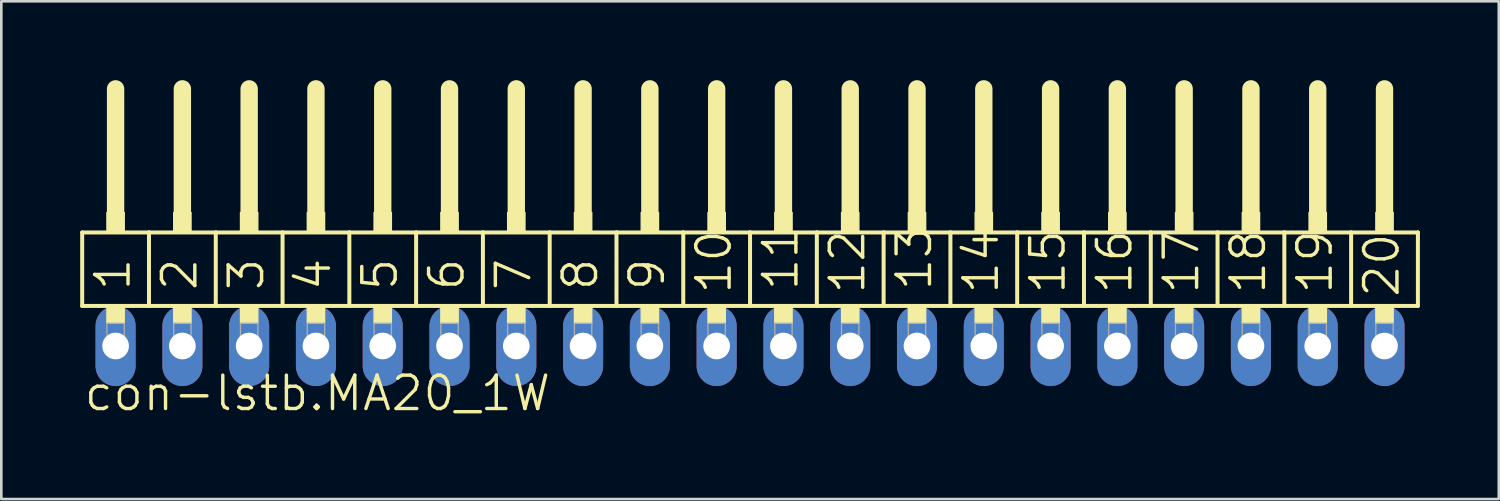
<source format=kicad_pcb>
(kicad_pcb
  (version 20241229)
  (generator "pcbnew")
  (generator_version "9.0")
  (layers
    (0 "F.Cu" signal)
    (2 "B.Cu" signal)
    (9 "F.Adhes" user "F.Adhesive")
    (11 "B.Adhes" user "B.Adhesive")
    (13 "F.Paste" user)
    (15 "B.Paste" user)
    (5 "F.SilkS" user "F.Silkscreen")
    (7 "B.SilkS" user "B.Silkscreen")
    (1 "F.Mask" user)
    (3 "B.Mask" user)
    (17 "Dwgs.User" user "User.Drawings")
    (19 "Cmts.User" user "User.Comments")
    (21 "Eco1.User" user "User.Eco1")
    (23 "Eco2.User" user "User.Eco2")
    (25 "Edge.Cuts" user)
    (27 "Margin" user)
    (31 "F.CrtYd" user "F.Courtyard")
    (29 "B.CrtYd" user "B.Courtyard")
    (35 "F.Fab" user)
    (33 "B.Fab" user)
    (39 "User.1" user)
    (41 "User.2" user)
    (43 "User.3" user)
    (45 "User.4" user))
  (footprint "con-lstb.MA20_1W"
    (layer "F.Cu")
    (at 25.476 10.109)
    (property "Reference" "con-lstb.MA20_1W" (at -25.4 2.54 0) (layer "F.SilkS") (effects (font (size 1.27 1.27) (thickness 0.13)) (justify left bottom)))
    (attr through_hole)
    (fp_line (start -25.4 -4.318) (end -22.86 -4.318) (stroke (width 0.152) (type default)) (layer "F.SilkS"))
    (fp_line (start -25.4 -1.524) (end -25.4 -4.318) (stroke (width 0.152) (type default)) (layer "F.SilkS"))
    (fp_line (start -24.13 -5.08) (end -24.13 -9.779) (stroke (width 0.66) (type default)) (layer "F.SilkS"))
    (fp_line (start -22.86 -4.318) (end -20.32 -4.318) (stroke (width 0.152) (type default)) (layer "F.SilkS"))
    (fp_line (start -22.86 -1.524) (end -25.4 -1.524) (stroke (width 0.152) (type default)) (layer "F.SilkS"))
    (fp_line (start -22.86 -1.524) (end -22.86 -4.318) (stroke (width 0.152) (type default)) (layer "F.SilkS"))
    (fp_line (start -22.86 -1.524) (end -20.32 -1.524) (stroke (width 0.152) (type default)) (layer "F.SilkS"))
    (fp_line (start -21.59 -5.08) (end -21.59 -9.779) (stroke (width 0.66) (type default)) (layer "F.SilkS"))
    (fp_line (start -20.32 -4.318) (end -17.78 -4.318) (stroke (width 0.152) (type default)) (layer "F.SilkS"))
    (fp_line (start -20.32 -1.524) (end -20.32 -4.318) (stroke (width 0.152) (type default)) (layer "F.SilkS"))
    (fp_line (start -19.05 -5.08) (end -19.05 -9.779) (stroke (width 0.66) (type default)) (layer "F.SilkS"))
    (fp_line (start -17.78 -4.318) (end -15.24 -4.318) (stroke (width 0.152) (type default)) (layer "F.SilkS"))
    (fp_line (start -17.78 -1.524) (end -20.32 -1.524) (stroke (width 0.152) (type default)) (layer "F.SilkS"))
    (fp_line (start -17.78 -1.524) (end -17.78 -4.318) (stroke (width 0.152) (type default)) (layer "F.SilkS"))
    (fp_line (start -16.51 -5.08) (end -16.51 -9.779) (stroke (width 0.66) (type default)) (layer "F.SilkS"))
    (fp_line (start -15.24 -4.318) (end -12.7 -4.318) (stroke (width 0.152) (type default)) (layer "F.SilkS"))
    (fp_line (start -15.24 -1.524) (end -17.78 -1.524) (stroke (width 0.152) (type default)) (layer "F.SilkS"))
    (fp_line (start -15.24 -1.524) (end -15.24 -4.318) (stroke (width 0.152) (type default)) (layer "F.SilkS"))
    (fp_line (start -13.97 -5.08) (end -13.97 -9.779) (stroke (width 0.66) (type default)) (layer "F.SilkS"))
    (fp_line (start -12.7 -4.318) (end -10.16 -4.318) (stroke (width 0.152) (type default)) (layer "F.SilkS"))
    (fp_line (start -12.7 -1.524) (end -15.24 -1.524) (stroke (width 0.152) (type default)) (layer "F.SilkS"))
    (fp_line (start -12.7 -1.524) (end -12.7 -4.318) (stroke (width 0.152) (type default)) (layer "F.SilkS"))
    (fp_line (start -11.43 -5.08) (end -11.43 -9.779) (stroke (width 0.66) (type default)) (layer "F.SilkS"))
    (fp_line (start -10.16 -4.318) (end -7.62 -4.318) (stroke (width 0.152) (type default)) (layer "F.SilkS"))
    (fp_line (start -10.16 -1.524) (end -12.7 -1.524) (stroke (width 0.152) (type default)) (layer "F.SilkS"))
    (fp_line (start -10.16 -1.524) (end -10.16 -4.318) (stroke (width 0.152) (type default)) (layer "F.SilkS"))
    (fp_line (start -10.16 -1.524) (end -7.62 -1.524) (stroke (width 0.152) (type default)) (layer "F.SilkS"))
    (fp_line (start -8.89 -5.08) (end -8.89 -9.779) (stroke (width 0.66) (type default)) (layer "F.SilkS"))
    (fp_line (start -7.62 -4.318) (end -5.08 -4.318) (stroke (width 0.152) (type default)) (layer "F.SilkS"))
    (fp_line (start -7.62 -1.524) (end -7.62 -4.318) (stroke (width 0.152) (type default)) (layer "F.SilkS"))
    (fp_line (start -6.35 -5.08) (end -6.35 -9.779) (stroke (width 0.66) (type default)) (layer "F.SilkS"))
    (fp_line (start -5.08 -4.318) (end -2.54 -4.318) (stroke (width 0.152) (type default)) (layer "F.SilkS"))
    (fp_line (start -5.08 -1.524) (end -7.62 -1.524) (stroke (width 0.152) (type default)) (layer "F.SilkS"))
    (fp_line (start -5.08 -1.524) (end -5.08 -4.318) (stroke (width 0.152) (type default)) (layer "F.SilkS"))
    (fp_line (start -3.81 -5.08) (end -3.81 -9.779) (stroke (width 0.66) (type default)) (layer "F.SilkS"))
    (fp_line (start -2.54 -4.318) (end 0 -4.318) (stroke (width 0.152) (type default)) (layer "F.SilkS"))
    (fp_line (start -2.54 -1.524) (end -5.08 -1.524) (stroke (width 0.152) (type default)) (layer "F.SilkS"))
    (fp_line (start -2.54 -1.524) (end -2.54 -4.318) (stroke (width 0.152) (type default)) (layer "F.SilkS"))
    (fp_line (start -1.27 -5.08) (end -1.27 -9.779) (stroke (width 0.66) (type default)) (layer "F.SilkS"))
    (fp_line (start 0 -4.318) (end 2.54 -4.318) (stroke (width 0.152) (type default)) (layer "F.SilkS"))
    (fp_line (start 0 -1.524) (end -2.54 -1.524) (stroke (width 0.152) (type default)) (layer "F.SilkS"))
    (fp_line (start 0 -1.524) (end 0 -4.318) (stroke (width 0.152) (type default)) (layer "F.SilkS"))
    (fp_line (start 1.27 -5.08) (end 1.27 -9.779) (stroke (width 0.66) (type default)) (layer "F.SilkS"))
    (fp_line (start 2.54 -4.318) (end 5.08 -4.318) (stroke (width 0.152) (type default)) (layer "F.SilkS"))
    (fp_line (start 2.54 -1.524) (end 0 -1.524) (stroke (width 0.152) (type default)) (layer "F.SilkS"))
    (fp_line (start 2.54 -1.524) (end 2.54 -4.318) (stroke (width 0.152) (type default)) (layer "F.SilkS"))
    (fp_line (start 2.54 -1.524) (end 5.08 -1.524) (stroke (width 0.152) (type default)) (layer "F.SilkS"))
    (fp_line (start 3.81 -5.08) (end 3.81 -9.779) (stroke (width 0.66) (type default)) (layer "F.SilkS"))
    (fp_line (start 5.08 -4.318) (end 7.62 -4.318) (stroke (width 0.152) (type default)) (layer "F.SilkS"))
    (fp_line (start 5.08 -1.524) (end 5.08 -4.318) (stroke (width 0.152) (type default)) (layer "F.SilkS"))
    (fp_line (start 6.35 -5.08) (end 6.35 -9.779) (stroke (width 0.66) (type default)) (layer "F.SilkS"))
    (fp_line (start 7.62 -4.318) (end 10.16 -4.318) (stroke (width 0.152) (type default)) (layer "F.SilkS"))
    (fp_line (start 7.62 -1.524) (end 5.08 -1.524) (stroke (width 0.152) (type default)) (layer "F.SilkS"))
    (fp_line (start 7.62 -1.524) (end 7.62 -4.318) (stroke (width 0.152) (type default)) (layer "F.SilkS"))
    (fp_line (start 8.89 -5.08) (end 8.89 -9.779) (stroke (width 0.66) (type default)) (layer "F.SilkS"))
    (fp_line (start 10.16 -4.318) (end 12.7 -4.318) (stroke (width 0.152) (type default)) (layer "F.SilkS"))
    (fp_line (start 10.16 -1.524) (end 7.62 -1.524) (stroke (width 0.152) (type default)) (layer "F.SilkS"))
    (fp_line (start 10.16 -1.524) (end 10.16 -4.318) (stroke (width 0.152) (type default)) (layer "F.SilkS"))
    (fp_line (start 11.43 -5.08) (end 11.43 -9.779) (stroke (width 0.66) (type default)) (layer "F.SilkS"))
    (fp_line (start 12.7 -4.318) (end 15.24 -4.318) (stroke (width 0.152) (type default)) (layer "F.SilkS"))
    (fp_line (start 12.7 -1.524) (end 10.16 -1.524) (stroke (width 0.152) (type default)) (layer "F.SilkS"))
    (fp_line (start 12.7 -1.524) (end 12.7 -4.318) (stroke (width 0.152) (type default)) (layer "F.SilkS"))
    (fp_line (start 13.97 -5.08) (end 13.97 -9.779) (stroke (width 0.66) (type default)) (layer "F.SilkS"))
    (fp_line (start 15.24 -4.318) (end 17.78 -4.318) (stroke (width 0.152) (type default)) (layer "F.SilkS"))
    (fp_line (start 15.24 -1.524) (end 12.7 -1.524) (stroke (width 0.152) (type default)) (layer "F.SilkS"))
    (fp_line (start 15.24 -1.524) (end 15.24 -4.318) (stroke (width 0.152) (type default)) (layer "F.SilkS"))
    (fp_line (start 15.24 -1.524) (end 17.78 -1.524) (stroke (width 0.152) (type default)) (layer "F.SilkS"))
    (fp_line (start 16.51 -5.08) (end 16.51 -9.779) (stroke (width 0.66) (type default)) (layer "F.SilkS"))
    (fp_line (start 17.78 -4.318) (end 20.32 -4.318) (stroke (width 0.152) (type default)) (layer "F.SilkS"))
    (fp_line (start 17.78 -1.524) (end 17.78 -4.318) (stroke (width 0.152) (type default)) (layer "F.SilkS"))
    (fp_line (start 19.05 -5.08) (end 19.05 -9.779) (stroke (width 0.66) (type default)) (layer "F.SilkS"))
    (fp_line (start 20.32 -4.318) (end 22.86 -4.318) (stroke (width 0.152) (type default)) (layer "F.SilkS"))
    (fp_line (start 20.32 -1.524) (end 17.78 -1.524) (stroke (width 0.152) (type default)) (layer "F.SilkS"))
    (fp_line (start 20.32 -1.524) (end 20.32 -4.318) (stroke (width 0.152) (type default)) (layer "F.SilkS"))
    (fp_line (start 21.59 -5.08) (end 21.59 -9.779) (stroke (width 0.66) (type default)) (layer "F.SilkS"))
    (fp_line (start 22.86 -4.318) (end 25.4 -4.318) (stroke (width 0.152) (type default)) (layer "F.SilkS"))
    (fp_line (start 22.86 -1.524) (end 20.32 -1.524) (stroke (width 0.152) (type default)) (layer "F.SilkS"))
    (fp_line (start 22.86 -1.524) (end 22.86 -4.318) (stroke (width 0.152) (type default)) (layer "F.SilkS"))
    (fp_line (start 24.13 -5.08) (end 24.13 -9.779) (stroke (width 0.66) (type default)) (layer "F.SilkS"))
    (fp_line (start 25.4 -1.524) (end 22.86 -1.524) (stroke (width 0.152) (type default)) (layer "F.SilkS"))
    (fp_line (start 25.4 -1.524) (end 25.4 -4.318) (stroke (width 0.152) (type default)) (layer "F.SilkS"))
    (fp_rect (start -24.46 -4.318) (end -23.8 -5.08) (stroke (width 0.05) (type default)) (fill yes) (layer "F.SilkS"))
    (fp_rect (start -24.46 -0.864) (end -23.8 -1.524) (stroke (width 0.05) (type default)) (fill yes) (layer "F.SilkS"))
    (fp_rect (start -21.92 -4.318) (end -21.26 -5.08) (stroke (width 0.05) (type default)) (fill yes) (layer "F.SilkS"))
    (fp_rect (start -21.92 -0.864) (end -21.26 -1.524) (stroke (width 0.05) (type default)) (fill yes) (layer "F.SilkS"))
    (fp_rect (start -19.38 -4.318) (end -18.72 -5.08) (stroke (width 0.05) (type default)) (fill yes) (layer "F.SilkS"))
    (fp_rect (start -19.38 -0.864) (end -18.72 -1.524) (stroke (width 0.05) (type default)) (fill yes) (layer "F.SilkS"))
    (fp_rect (start -16.84 -4.318) (end -16.18 -5.08) (stroke (width 0.05) (type default)) (fill yes) (layer "F.SilkS"))
    (fp_rect (start -16.84 -0.864) (end -16.18 -1.524) (stroke (width 0.05) (type default)) (fill yes) (layer "F.SilkS"))
    (fp_rect (start -14.3 -4.318) (end -13.64 -5.08) (stroke (width 0.05) (type default)) (fill yes) (layer "F.SilkS"))
    (fp_rect (start -14.3 -0.864) (end -13.64 -1.524) (stroke (width 0.05) (type default)) (fill yes) (layer "F.SilkS"))
    (fp_rect (start -11.76 -4.318) (end -11.1 -5.08) (stroke (width 0.05) (type default)) (fill yes) (layer "F.SilkS"))
    (fp_rect (start -11.76 -0.864) (end -11.1 -1.524) (stroke (width 0.05) (type default)) (fill yes) (layer "F.SilkS"))
    (fp_rect (start -9.22 -4.318) (end -8.56 -5.08) (stroke (width 0.05) (type default)) (fill yes) (layer "F.SilkS"))
    (fp_rect (start -9.22 -0.864) (end -8.56 -1.524) (stroke (width 0.05) (type default)) (fill yes) (layer "F.SilkS"))
    (fp_rect (start -6.68 -4.318) (end -6.02 -5.08) (stroke (width 0.05) (type default)) (fill yes) (layer "F.SilkS"))
    (fp_rect (start -6.68 -0.864) (end -6.02 -1.524) (stroke (width 0.05) (type default)) (fill yes) (layer "F.SilkS"))
    (fp_rect (start -4.14 -4.318) (end -3.48 -5.08) (stroke (width 0.05) (type default)) (fill yes) (layer "F.SilkS"))
    (fp_rect (start -4.14 -0.864) (end -3.48 -1.524) (stroke (width 0.05) (type default)) (fill yes) (layer "F.SilkS"))
    (fp_rect (start -1.6 -4.318) (end -0.94 -5.08) (stroke (width 0.05) (type default)) (fill yes) (layer "F.SilkS"))
    (fp_rect (start -1.6 -0.864) (end -0.94 -1.524) (stroke (width 0.05) (type default)) (fill yes) (layer "F.SilkS"))
    (fp_rect (start 0.94 -4.318) (end 1.6 -5.08) (stroke (width 0.05) (type default)) (fill yes) (layer "F.SilkS"))
    (fp_rect (start 0.94 -0.864) (end 1.6 -1.524) (stroke (width 0.05) (type default)) (fill yes) (layer "F.SilkS"))
    (fp_rect (start 3.48 -4.318) (end 4.14 -5.08) (stroke (width 0.05) (type default)) (fill yes) (layer "F.SilkS"))
    (fp_rect (start 3.48 -0.864) (end 4.14 -1.524) (stroke (width 0.05) (type default)) (fill yes) (layer "F.SilkS"))
    (fp_rect (start 6.02 -4.318) (end 6.68 -5.08) (stroke (width 0.05) (type default)) (fill yes) (layer "F.SilkS"))
    (fp_rect (start 6.02 -0.864) (end 6.68 -1.524) (stroke (width 0.05) (type default)) (fill yes) (layer "F.SilkS"))
    (fp_rect (start 8.56 -4.318) (end 9.22 -5.08) (stroke (width 0.05) (type default)) (fill yes) (layer "F.SilkS"))
    (fp_rect (start 8.56 -0.864) (end 9.22 -1.524) (stroke (width 0.05) (type default)) (fill yes) (layer "F.SilkS"))
    (fp_rect (start 11.1 -4.318) (end 11.76 -5.08) (stroke (width 0.05) (type default)) (fill yes) (layer "F.SilkS"))
    (fp_rect (start 11.1 -0.864) (end 11.76 -1.524) (stroke (width 0.05) (type default)) (fill yes) (layer "F.SilkS"))
    (fp_rect (start 13.64 -4.318) (end 14.3 -5.08) (stroke (width 0.05) (type default)) (fill yes) (layer "F.SilkS"))
    (fp_rect (start 13.64 -0.864) (end 14.3 -1.524) (stroke (width 0.05) (type default)) (fill yes) (layer "F.SilkS"))
    (fp_rect (start 16.18 -4.318) (end 16.84 -5.08) (stroke (width 0.05) (type default)) (fill yes) (layer "F.SilkS"))
    (fp_rect (start 16.18 -0.864) (end 16.84 -1.524) (stroke (width 0.05) (type default)) (fill yes) (layer "F.SilkS"))
    (fp_rect (start 18.72 -4.318) (end 19.38 -5.08) (stroke (width 0.05) (type default)) (fill yes) (layer "F.SilkS"))
    (fp_rect (start 18.72 -0.864) (end 19.38 -1.524) (stroke (width 0.05) (type default)) (fill yes) (layer "F.SilkS"))
    (fp_rect (start 21.26 -4.318) (end 21.92 -5.08) (stroke (width 0.05) (type default)) (fill yes) (layer "F.SilkS"))
    (fp_rect (start 21.26 -0.864) (end 21.92 -1.524) (stroke (width 0.05) (type default)) (fill yes) (layer "F.SilkS"))
    (fp_rect (start 23.8 -4.318) (end 24.46 -5.08) (stroke (width 0.05) (type default)) (fill yes) (layer "F.SilkS"))
    (fp_rect (start 23.8 -0.864) (end 24.46 -1.524) (stroke (width 0.05) (type default)) (fill yes) (layer "F.SilkS"))
    (fp_rect (start -24.46 0.33) (end -23.8 -0.864) (stroke (width 0.05) (type default)) (fill no) (layer "F.Fab"))
    (fp_rect (start -21.92 0.33) (end -21.26 -0.864) (stroke (width 0.05) (type default)) (fill no) (layer "F.Fab"))
    (fp_rect (start -19.38 0.33) (end -18.72 -0.864) (stroke (width 0.05) (type default)) (fill no) (layer "F.Fab"))
    (fp_rect (start -16.84 0.33) (end -16.18 -0.864) (stroke (width 0.05) (type default)) (fill no) (layer "F.Fab"))
    (fp_rect (start -14.3 0.33) (end -13.64 -0.864) (stroke (width 0.05) (type default)) (fill no) (layer "F.Fab"))
    (fp_rect (start -11.76 0.33) (end -11.1 -0.864) (stroke (width 0.05) (type default)) (fill no) (layer "F.Fab"))
    (fp_rect (start -9.22 0.33) (end -8.56 -0.864) (stroke (width 0.05) (type default)) (fill no) (layer "F.Fab"))
    (fp_rect (start -6.68 0.33) (end -6.02 -0.864) (stroke (width 0.05) (type default)) (fill no) (layer "F.Fab"))
    (fp_rect (start -4.14 0.33) (end -3.48 -0.864) (stroke (width 0.05) (type default)) (fill no) (layer "F.Fab"))
    (fp_rect (start -1.6 0.33) (end -0.94 -0.864) (stroke (width 0.05) (type default)) (fill no) (layer "F.Fab"))
    (fp_rect (start 0.94 0.33) (end 1.6 -0.864) (stroke (width 0.05) (type default)) (fill no) (layer "F.Fab"))
    (fp_rect (start 3.48 0.33) (end 4.14 -0.864) (stroke (width 0.05) (type default)) (fill no) (layer "F.Fab"))
    (fp_rect (start 6.02 0.33) (end 6.68 -0.864) (stroke (width 0.05) (type default)) (fill no) (layer "F.Fab"))
    (fp_rect (start 8.56 0.33) (end 9.22 -0.864) (stroke (width 0.05) (type default)) (fill no) (layer "F.Fab"))
    (fp_rect (start 11.1 0.33) (end 11.76 -0.864) (stroke (width 0.05) (type default)) (fill no) (layer "F.Fab"))
    (fp_rect (start 13.64 0.33) (end 14.3 -0.864) (stroke (width 0.05) (type default)) (fill no) (layer "F.Fab"))
    (fp_rect (start 16.18 0.33) (end 16.84 -0.864) (stroke (width 0.05) (type default)) (fill no) (layer "F.Fab"))
    (fp_rect (start 18.72 0.33) (end 19.38 -0.864) (stroke (width 0.05) (type default)) (fill no) (layer "F.Fab"))
    (fp_rect (start 21.26 0.33) (end 21.92 -0.864) (stroke (width 0.05) (type default)) (fill no) (layer "F.Fab"))
    (fp_rect (start 23.8 0.33) (end 24.46 -0.864) (stroke (width 0.05) (type default)) (fill no) (layer "F.Fab"))
    (fp_text user "3" (at -18.415 -2.032 90) (layer "F.SilkS") (effects (font (size 1.27 1.27) (thickness 0.13)) (justify left bottom)))
    (fp_text user "1" (at -23.495 -2.032 90) (layer "F.SilkS") (effects (font (size 1.27 1.27) (thickness 0.13)) (justify left bottom)))
    (fp_text user "19" (at 22.225 -1.905 90) (layer "F.SilkS") (effects (font (size 1.27 1.27) (thickness 0.13)) (justify left bottom)))
    (fp_text user "16" (at 14.605 -1.905 90) (layer "F.SilkS") (effects (font (size 1.27 1.27) (thickness 0.13)) (justify left bottom)))
    (fp_text user "2" (at -20.955 -2.032 90) (layer "F.SilkS") (effects (font (size 1.27 1.27) (thickness 0.13)) (justify left bottom)))
    (fp_text user "15" (at 12.065 -1.905 90) (layer "F.SilkS") (effects (font (size 1.27 1.27) (thickness 0.13)) (justify left bottom)))
    (fp_text user "18" (at 19.685 -1.905 90) (layer "F.SilkS") (effects (font (size 1.27 1.27) (thickness 0.13)) (justify left bottom)))
    (fp_text user "13" (at 6.985 -2.032 90) (layer "F.SilkS") (effects (font (size 1.27 1.27) (thickness 0.13)) (justify left bottom)))
    (fp_text user "12" (at 4.445 -1.905 90) (layer "F.SilkS") (effects (font (size 1.27 1.27) (thickness 0.13)) (justify left bottom)))
    (fp_text user "14" (at 9.525 -1.905 90) (layer "F.SilkS") (effects (font (size 1.27 1.27) (thickness 0.13)) (justify left bottom)))
    (fp_text user "10" (at -0.635 -1.905 90) (layer "F.SilkS") (effects (font (size 1.27 1.27) (thickness 0.13)) (justify left bottom)))
    (fp_text user "7" (at -8.255 -2.032 90) (layer "F.SilkS") (effects (font (size 1.27 1.27) (thickness 0.13)) (justify left bottom)))
    (fp_text user "6" (at -10.795 -2.032 90) (layer "F.SilkS") (effects (font (size 1.27 1.27) (thickness 0.13)) (justify left bottom)))
    (fp_text user "17" (at 17.145 -1.905 90) (layer "F.SilkS") (effects (font (size 1.27 1.27) (thickness 0.13)) (justify left bottom)))
    (fp_text user "20" (at 24.765 -1.778 90) (layer "F.SilkS") (effects (font (size 1.27 1.27) (thickness 0.13)) (justify left bottom)))
    (fp_text user "11" (at 1.905 -2.032 90) (layer "F.SilkS") (effects (font (size 1.27 1.27) (thickness 0.13)) (justify left bottom)))
    (fp_text user "8" (at -5.715 -2.032 90) (layer "F.SilkS") (effects (font (size 1.27 1.27) (thickness 0.13)) (justify left bottom)))
    (fp_text user "4" (at -15.875 -2.032 90) (layer "F.SilkS") (effects (font (size 1.27 1.27) (thickness 0.13)) (justify left bottom)))
    (fp_text user "5" (at -13.335 -2.032 90) (layer "F.SilkS") (effects (font (size 1.27 1.27) (thickness 0.13)) (justify left bottom)))
    (fp_text user "9" (at -3.175 -2.032 90) (layer "F.SilkS") (effects (font (size 1.27 1.27) (thickness 0.13)) (justify left bottom)))
    (pad "1" thru_hole oval (at -24.13 0 90) (size 3.048 1.524) (drill 1.016) (layers "*.Cu" "*.Mask"))
    (pad "2" thru_hole oval (at -21.59 0 90) (size 3.048 1.524) (drill 1.016) (layers "*.Cu" "*.Mask"))
    (pad "3" thru_hole oval (at -19.05 0 90) (size 3.048 1.524) (drill 1.016) (layers "*.Cu" "*.Mask"))
    (pad "4" thru_hole oval (at -16.51 0 90) (size 3.048 1.524) (drill 1.016) (layers "*.Cu" "*.Mask"))
    (pad "5" thru_hole oval (at -13.97 0 90) (size 3.048 1.524) (drill 1.016) (layers "*.Cu" "*.Mask"))
    (pad "6" thru_hole oval (at -11.43 0 90) (size 3.048 1.524) (drill 1.016) (layers "*.Cu" "*.Mask"))
    (pad "7" thru_hole oval (at -8.89 0 90) (size 3.048 1.524) (drill 1.016) (layers "*.Cu" "*.Mask"))
    (pad "8" thru_hole oval (at -6.35 0 90) (size 3.048 1.524) (drill 1.016) (layers "*.Cu" "*.Mask"))
    (pad "9" thru_hole oval (at -3.81 0 90) (size 3.048 1.524) (drill 1.016) (layers "*.Cu" "*.Mask"))
    (pad "10" thru_hole oval (at -1.27 0 90) (size 3.048 1.524) (drill 1.016) (layers "*.Cu" "*.Mask"))
    (pad "11" thru_hole oval (at 1.27 0 90) (size 3.048 1.524) (drill 1.016) (layers "*.Cu" "*.Mask"))
    (pad "12" thru_hole oval (at 3.81 0 90) (size 3.048 1.524) (drill 1.016) (layers "*.Cu" "*.Mask"))
    (pad "13" thru_hole oval (at 6.35 0 90) (size 3.048 1.524) (drill 1.016) (layers "*.Cu" "*.Mask"))
    (pad "14" thru_hole oval (at 8.89 0 90) (size 3.048 1.524) (drill 1.016) (layers "*.Cu" "*.Mask"))
    (pad "15" thru_hole oval (at 11.43 0 90) (size 3.048 1.524) (drill 1.016) (layers "*.Cu" "*.Mask"))
    (pad "16" thru_hole oval (at 13.97 0 90) (size 3.048 1.524) (drill 1.016) (layers "*.Cu" "*.Mask"))
    (pad "17" thru_hole oval (at 16.51 0 90) (size 3.048 1.524) (drill 1.016) (layers "*.Cu" "*.Mask"))
    (pad "18" thru_hole oval (at 19.05 0 90) (size 3.048 1.524) (drill 1.016) (layers "*.Cu" "*.Mask"))
    (pad "19" thru_hole oval (at 21.59 0 90) (size 3.048 1.524) (drill 1.016) (layers "*.Cu" "*.Mask"))
    (pad "20" thru_hole oval (at 24.13 0 90) (size 3.048 1.524) (drill 1.016) (layers "*.Cu" "*.Mask")))
  (gr_rect
    (start -3 -3)
    (end 53.952 15.931)
    (stroke (width 0.1) (type default))
    (fill no)
    (layer "Edge.Cuts")))
</source>
